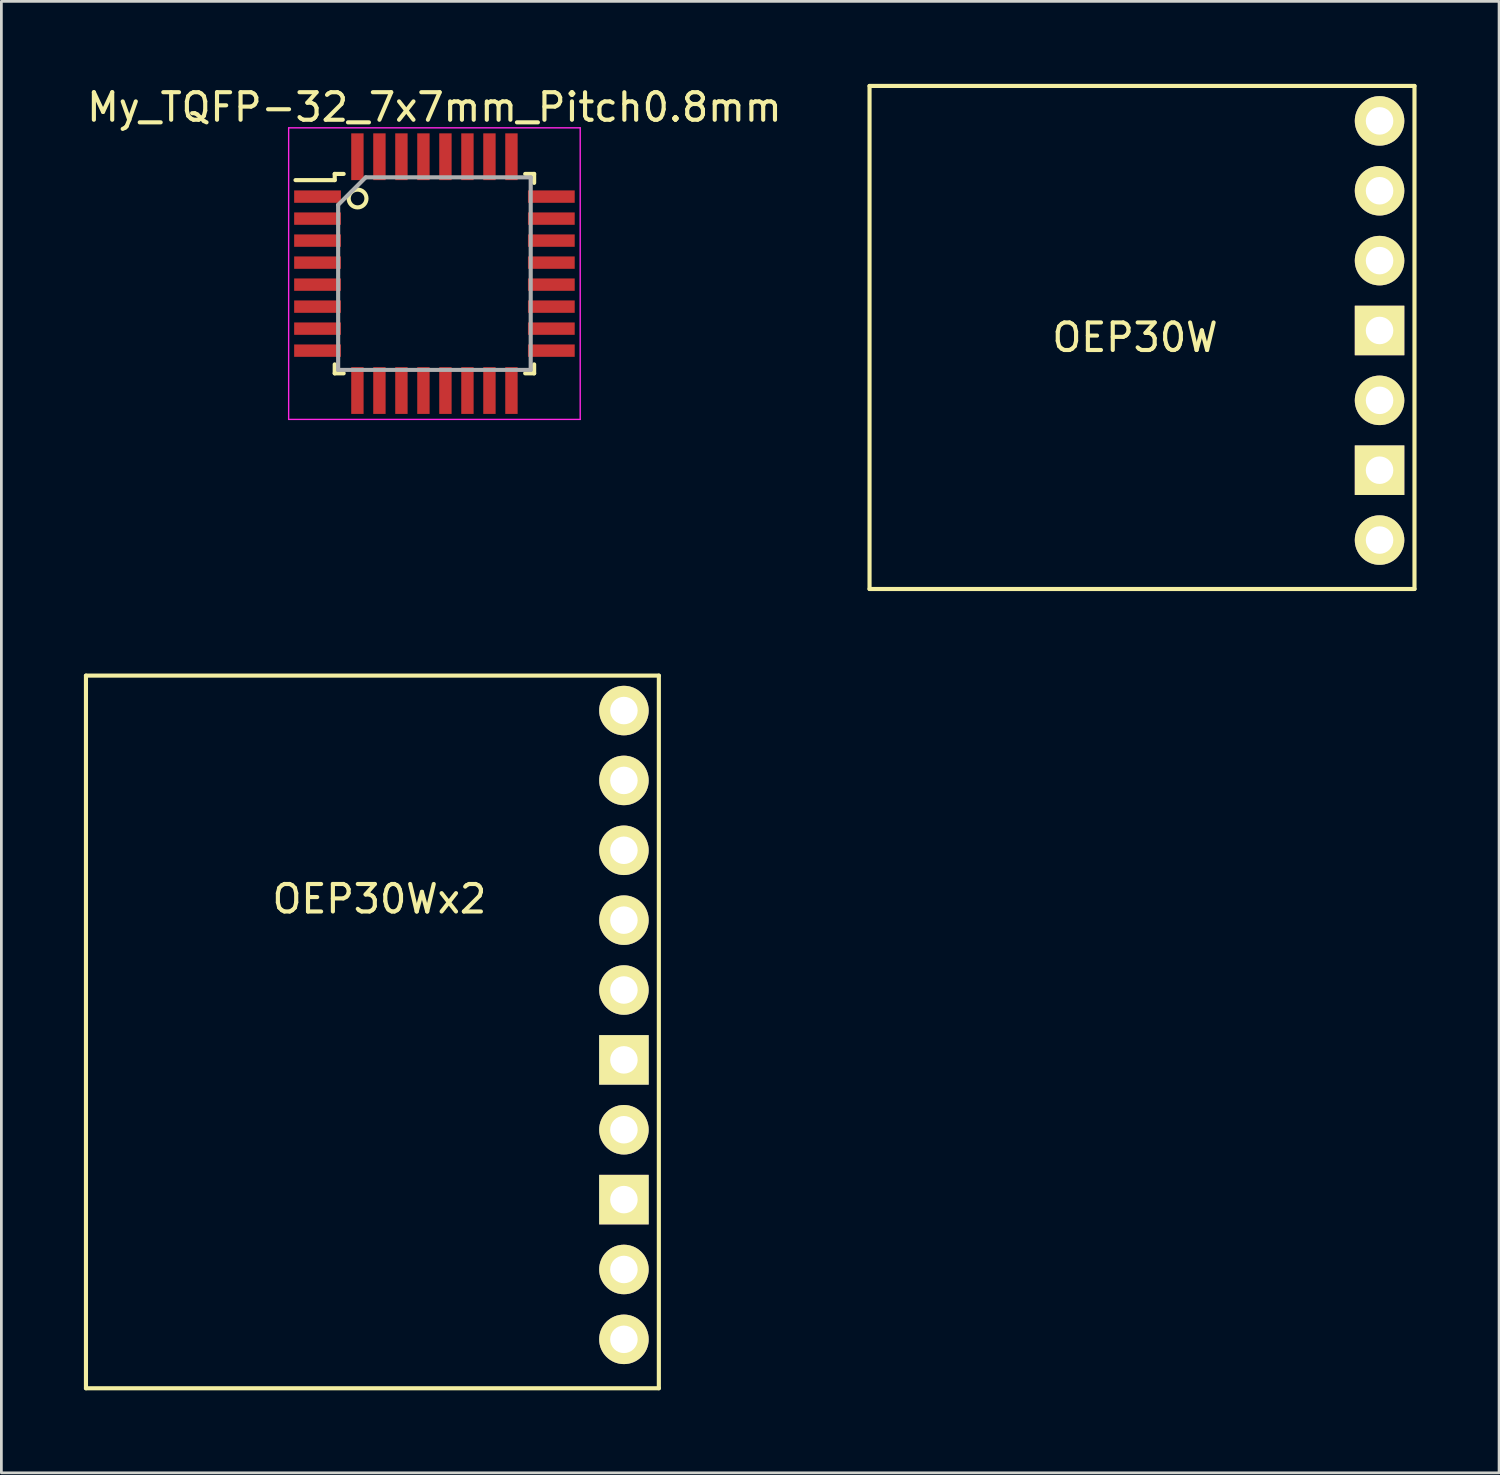
<source format=kicad_pcb>
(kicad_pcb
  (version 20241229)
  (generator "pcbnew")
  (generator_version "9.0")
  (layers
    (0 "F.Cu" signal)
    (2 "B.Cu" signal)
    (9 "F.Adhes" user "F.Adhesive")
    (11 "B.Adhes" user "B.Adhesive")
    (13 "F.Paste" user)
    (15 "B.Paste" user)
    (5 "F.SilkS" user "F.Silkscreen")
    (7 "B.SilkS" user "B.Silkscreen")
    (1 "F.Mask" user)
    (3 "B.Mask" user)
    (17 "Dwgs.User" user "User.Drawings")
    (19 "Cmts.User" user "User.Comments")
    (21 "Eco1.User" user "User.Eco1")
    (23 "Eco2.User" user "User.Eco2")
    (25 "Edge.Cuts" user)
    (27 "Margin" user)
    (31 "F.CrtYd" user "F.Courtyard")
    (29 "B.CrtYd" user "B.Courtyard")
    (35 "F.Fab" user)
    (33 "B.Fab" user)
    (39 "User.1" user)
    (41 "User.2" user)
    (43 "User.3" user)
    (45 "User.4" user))
  (footprint "OEP30W"
    (layer "F.Cu")
    (at 37.707 9.219)
    (property "Reference" "OEP30W" (at 0.508 0 0) (layer "F.SilkS") (effects (font (size 1 1) (thickness 0.15))))
    (attr through_hole)
    (fp_line (start -9.144 -9.144) (end 10.668 -9.144) (stroke (width 0.15) (type solid)) (layer "F.SilkS"))
    (fp_line (start -9.144 9.144) (end -9.144 -9.144) (stroke (width 0.15) (type solid)) (layer "F.SilkS"))
    (fp_line (start 10.668 -9.144) (end 10.668 9.144) (stroke (width 0.15) (type solid)) (layer "F.SilkS"))
    (fp_line (start 10.668 9.144) (end -9.144 9.144) (stroke (width 0.15) (type solid)) (layer "F.SilkS"))
    (pad "1" thru_hole circle (at 9.398 -7.874) (size 1.8 1.8) (drill 1) (layers "*.Cu" "*.Mask" "F.SilkS"))
    (pad "2" thru_hole circle (at 9.398 -5.334) (size 1.8 1.8) (drill 1) (layers "*.Cu" "*.Mask" "F.SilkS"))
    (pad "3" thru_hole circle (at 9.398 -2.794) (size 1.8 1.8) (drill 1) (layers "*.Cu" "*.Mask" "F.SilkS"))
    (pad "4" thru_hole rect (at 9.398 -0.254) (size 1.8 1.8) (drill 1) (layers "*.Cu" "*.Mask" "F.SilkS"))
    (pad "5" thru_hole circle (at 9.398 2.286) (size 1.8 1.8) (drill 1) (layers "*.Cu" "*.Mask" "F.SilkS"))
    (pad "6" thru_hole rect (at 9.398 4.826) (size 1.8 1.8) (drill 1) (layers "*.Cu" "*.Mask" "F.SilkS"))
    (pad "7" thru_hole circle (at 9.398 7.366) (size 1.8 1.8) (drill 1) (layers "*.Cu" "*.Mask" "F.SilkS")))
  (footprint "OEP30Wx2"
    (layer "F.Cu")
    (at 10.743 31.673)
    (property "Reference" "OEP30Wx2" (at 0 -2.04 0) (layer "F.SilkS") (effects (font (size 1 1) (thickness 0.15))))
    (attr through_hole)
    (fp_line (start -10.668 -10.16) (end 10.16 -10.16) (stroke (width 0.15) (type solid)) (layer "F.SilkS"))
    (fp_line (start -10.668 15.748) (end -10.668 -10.16) (stroke (width 0.15) (type solid)) (layer "F.SilkS"))
    (fp_line (start 10.16 -10.16) (end 10.16 15.748) (stroke (width 0.15) (type solid)) (layer "F.SilkS"))
    (fp_line (start 10.16 15.748) (end -10.668 15.748) (stroke (width 0.15) (type solid)) (layer "F.SilkS"))
    (pad "1" thru_hole circle (at 8.89 -8.89) (size 1.8 1.8) (drill 1) (layers "*.Cu" "*.Mask" "F.SilkS"))
    (pad "2" thru_hole circle (at 8.89 -6.35) (size 1.8 1.8) (drill 1) (layers "*.Cu" "*.Mask" "F.SilkS"))
    (pad "3" thru_hole circle (at 8.89 -3.81) (size 1.8 1.8) (drill 1) (layers "*.Cu" "*.Mask" "F.SilkS"))
    (pad "4" thru_hole circle (at 8.89 -1.27) (size 1.8 1.8) (drill 1) (layers "*.Cu" "*.Mask" "F.SilkS"))
    (pad "5" thru_hole circle (at 8.89 1.27) (size 1.8 1.8) (drill 1) (layers "*.Cu" "*.Mask" "F.SilkS"))
    (pad "6" thru_hole rect (at 8.89 3.81) (size 1.8 1.8) (drill 1) (layers "*.Cu" "*.Mask" "F.SilkS"))
    (pad "7" thru_hole circle (at 8.89 6.35) (size 1.8 1.8) (drill 1) (layers "*.Cu" "*.Mask" "F.SilkS"))
    (pad "8" thru_hole rect (at 8.89 8.89) (size 1.8 1.8) (drill 1) (layers "*.Cu" "*.Mask" "F.SilkS"))
    (pad "9" thru_hole circle (at 8.89 11.43) (size 1.8 1.8) (drill 1) (layers "*.Cu" "*.Mask" "F.SilkS"))
    (pad "10" thru_hole circle (at 8.89 13.97) (size 1.8 1.8) (drill 1) (layers "*.Cu" "*.Mask" "F.SilkS")))
  (footprint "My_TQFP-32_7x7mm_Pitch0.8mm"
    (layer "F.Cu")
    (at 12.744 6.898)
    (property "Reference" "My_TQFP-32_7x7mm_Pitch0.8mm" (at 0 -6.05 0) (layer "F.SilkS") (effects (font (size 1 1) (thickness 0.15))))
    (attr smd)
    (fp_line (start -3.625 -3.625) (end -3.625 -3.4) (stroke (width 0.15) (type solid)) (layer "F.SilkS"))
    (fp_line (start -3.625 -3.625) (end -3.3 -3.625) (stroke (width 0.15) (type solid)) (layer "F.SilkS"))
    (fp_line (start -3.625 -3.4) (end -5.05 -3.4) (stroke (width 0.15) (type solid)) (layer "F.SilkS"))
    (fp_line (start -3.625 3.625) (end -3.625 3.3) (stroke (width 0.15) (type solid)) (layer "F.SilkS"))
    (fp_line (start -3.625 3.625) (end -3.3 3.625) (stroke (width 0.15) (type solid)) (layer "F.SilkS"))
    (fp_line (start 3.625 -3.625) (end 3.3 -3.625) (stroke (width 0.15) (type solid)) (layer "F.SilkS"))
    (fp_line (start 3.625 -3.625) (end 3.625 -3.3) (stroke (width 0.15) (type solid)) (layer "F.SilkS"))
    (fp_line (start 3.625 3.625) (end 3.3 3.625) (stroke (width 0.15) (type solid)) (layer "F.SilkS"))
    (fp_line (start 3.625 3.625) (end 3.625 3.3) (stroke (width 0.15) (type solid)) (layer "F.SilkS"))
    (fp_circle (center -2.794 -2.731) (end -2.477 -2.794) (stroke (width 0.15) (type solid)) (fill no) (layer "F.SilkS"))
    (fp_line (start -5.3 -5.3) (end -5.3 5.3) (stroke (width 0.05) (type solid)) (layer "F.CrtYd"))
    (fp_line (start -5.3 -5.3) (end 5.3 -5.3) (stroke (width 0.05) (type solid)) (layer "F.CrtYd"))
    (fp_line (start -5.3 5.3) (end 5.3 5.3) (stroke (width 0.05) (type solid)) (layer "F.CrtYd"))
    (fp_line (start 5.3 -5.3) (end 5.3 5.3) (stroke (width 0.05) (type solid)) (layer "F.CrtYd"))
    (fp_line (start -3.5 -2.5) (end -2.5 -3.5) (stroke (width 0.15) (type solid)) (layer "F.Fab"))
    (fp_line (start -3.5 3.5) (end -3.5 -2.5) (stroke (width 0.15) (type solid)) (layer "F.Fab"))
    (fp_line (start -2.5 -3.5) (end 3.5 -3.5) (stroke (width 0.15) (type solid)) (layer "F.Fab"))
    (fp_line (start 3.5 -3.5) (end 3.5 3.5) (stroke (width 0.15) (type solid)) (layer "F.Fab"))
    (fp_line (start 3.5 3.5) (end -3.5 3.5) (stroke (width 0.15) (type solid)) (layer "F.Fab"))
    (pad "1" smd rect (at -4.25 -2.8) (size 1.7 0.45) (layers "F.Cu" "F.Mask" "F.Paste"))
    (pad "2" smd rect (at -4.25 -2) (size 1.7 0.45) (layers "F.Cu" "F.Mask" "F.Paste"))
    (pad "3" smd rect (at -4.25 -1.2) (size 1.7 0.45) (layers "F.Cu" "F.Mask" "F.Paste"))
    (pad "4" smd rect (at -4.25 -0.4) (size 1.7 0.45) (layers "F.Cu" "F.Mask" "F.Paste"))
    (pad "5" smd rect (at -4.25 0.4) (size 1.7 0.45) (layers "F.Cu" "F.Mask" "F.Paste"))
    (pad "6" smd rect (at -4.25 1.2) (size 1.7 0.45) (layers "F.Cu" "F.Mask" "F.Paste"))
    (pad "7" smd rect (at -4.25 2) (size 1.7 0.45) (layers "F.Cu" "F.Mask" "F.Paste"))
    (pad "8" smd rect (at -4.25 2.8) (size 1.7 0.45) (layers "F.Cu" "F.Mask" "F.Paste"))
    (pad "9" smd rect (at -2.8 4.25 90) (size 1.7 0.45) (layers "F.Cu" "F.Mask" "F.Paste"))
    (pad "10" smd rect (at -2 4.25 90) (size 1.7 0.45) (layers "F.Cu" "F.Mask" "F.Paste"))
    (pad "11" smd rect (at -1.2 4.25 90) (size 1.7 0.45) (layers "F.Cu" "F.Mask" "F.Paste"))
    (pad "12" smd rect (at -0.4 4.25 90) (size 1.7 0.45) (layers "F.Cu" "F.Mask" "F.Paste"))
    (pad "13" smd rect (at 0.4 4.25 90) (size 1.7 0.45) (layers "F.Cu" "F.Mask" "F.Paste"))
    (pad "14" smd rect (at 1.2 4.25 90) (size 1.7 0.45) (layers "F.Cu" "F.Mask" "F.Paste"))
    (pad "15" smd rect (at 2 4.25 90) (size 1.7 0.45) (layers "F.Cu" "F.Mask" "F.Paste"))
    (pad "16" smd rect (at 2.8 4.25 90) (size 1.7 0.45) (layers "F.Cu" "F.Mask" "F.Paste"))
    (pad "17" smd rect (at 4.25 2.8) (size 1.7 0.45) (layers "F.Cu" "F.Mask" "F.Paste"))
    (pad "18" smd rect (at 4.25 2) (size 1.7 0.45) (layers "F.Cu" "F.Mask" "F.Paste"))
    (pad "19" smd rect (at 4.25 1.2) (size 1.7 0.45) (layers "F.Cu" "F.Mask" "F.Paste"))
    (pad "20" smd rect (at 4.25 0.4) (size 1.7 0.45) (layers "F.Cu" "F.Mask" "F.Paste"))
    (pad "21" smd rect (at 4.25 -0.4) (size 1.7 0.45) (layers "F.Cu" "F.Mask" "F.Paste"))
    (pad "22" smd rect (at 4.25 -1.2) (size 1.7 0.45) (layers "F.Cu" "F.Mask" "F.Paste"))
    (pad "23" smd rect (at 4.25 -2) (size 1.7 0.45) (layers "F.Cu" "F.Mask" "F.Paste"))
    (pad "24" smd rect (at 4.25 -2.8) (size 1.7 0.45) (layers "F.Cu" "F.Mask" "F.Paste"))
    (pad "25" smd rect (at 2.8 -4.25 90) (size 1.7 0.45) (layers "F.Cu" "F.Mask" "F.Paste"))
    (pad "26" smd rect (at 2 -4.25 90) (size 1.7 0.45) (layers "F.Cu" "F.Mask" "F.Paste"))
    (pad "27" smd rect (at 1.2 -4.25 90) (size 1.7 0.45) (layers "F.Cu" "F.Mask" "F.Paste"))
    (pad "28" smd rect (at 0.4 -4.25 90) (size 1.7 0.45) (layers "F.Cu" "F.Mask" "F.Paste"))
    (pad "29" smd rect (at -0.4 -4.25 90) (size 1.7 0.45) (layers "F.Cu" "F.Mask" "F.Paste"))
    (pad "30" smd rect (at -1.2 -4.25 90) (size 1.7 0.45) (layers "F.Cu" "F.Mask" "F.Paste"))
    (pad "31" smd rect (at -2 -4.25 90) (size 1.7 0.45) (layers "F.Cu" "F.Mask" "F.Paste"))
    (pad "32" smd rect (at -2.8 -4.25 90) (size 1.7 0.45) (layers "F.Cu" "F.Mask" "F.Paste")))
  (gr_rect
    (start -3 -3)
    (end 51.45 50.496)
    (stroke (width 0.1) (type default))
    (fill no)
    (layer "Edge.Cuts")))
</source>
